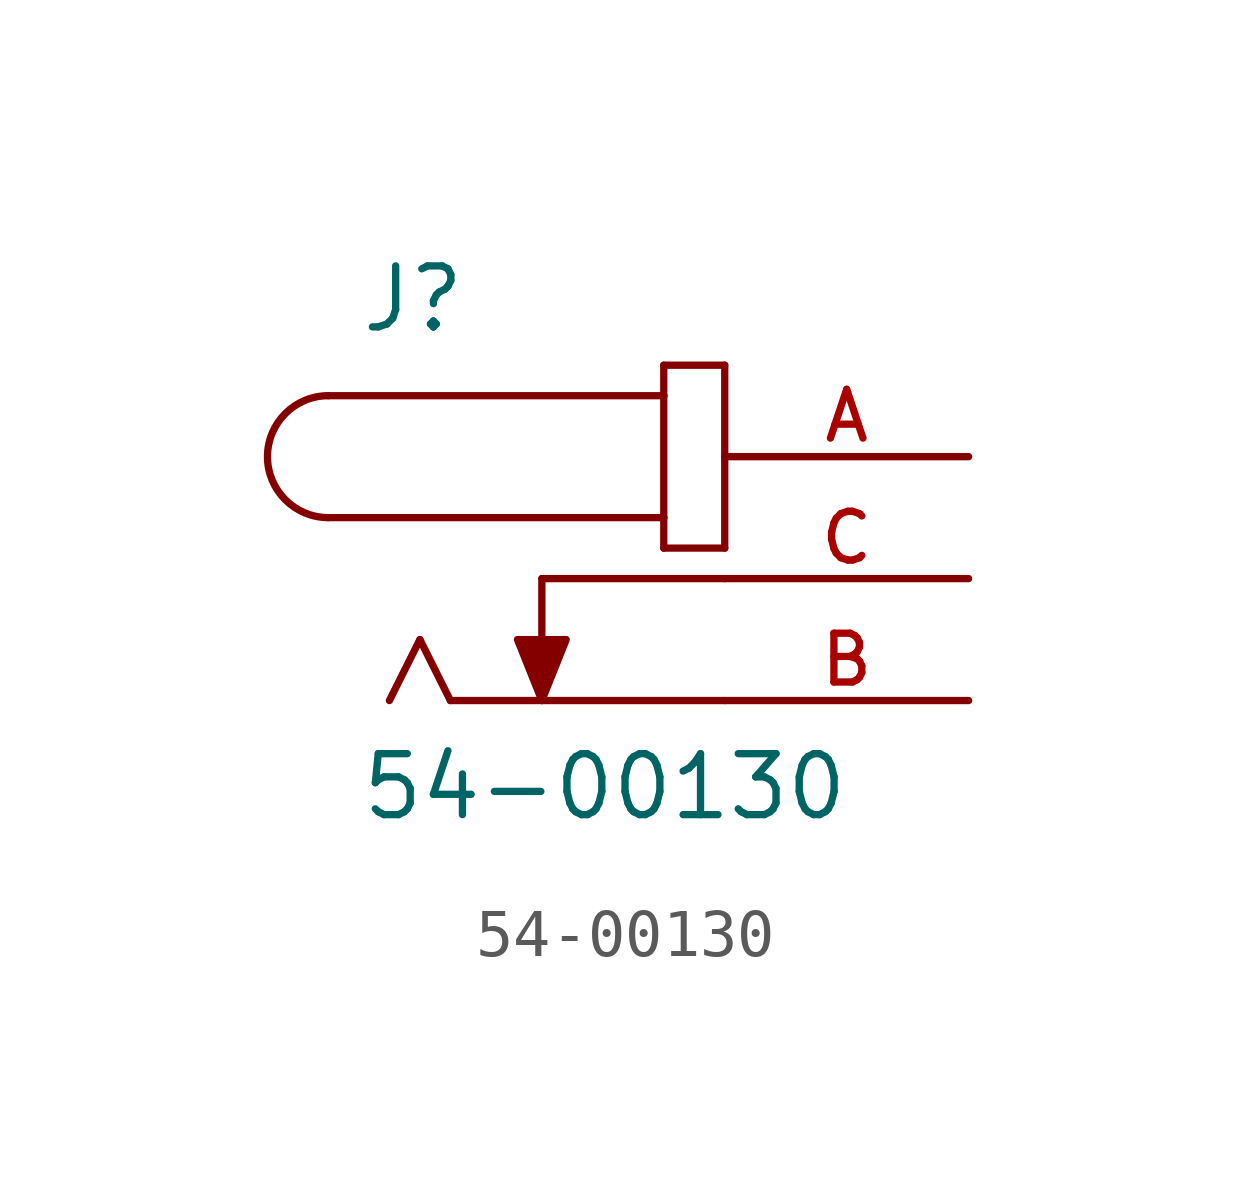
<source format=kicad_sym>
(kicad_symbol_lib
  (version 20211014)
  (generator kicad_symbol_editor)
  (symbol "54-00130"
    (pin_names
      (offset 1.016))
    (property "Reference" "J"
      (at -7.62 5.08 0)
      (effects (font (size 1.27 1.27)) (justify bottom left)))
    (property "Value" "54-00130"
      (at -7.62 -5.08 0)
      (effects (font (size 1.27 1.27)) (justify bottom left)))
    (symbol "54-00130_0_0"
      (arc (start -8.255 3.81) (mid -9.525 2.54) (end -8.255 1.27) (stroke (width 0.1524) (type default) (color 0 0 0 0)) (fill (type none)))
      (polyline (pts (xy -8.255 3.81) (xy -1.27 3.81)) (stroke (width 0.152)))
      (polyline (pts (xy -1.27 3.81) (xy -1.27 1.27)) (stroke (width 0.152)))
      (polyline (pts (xy -1.27 1.27) (xy -8.255 1.27)) (stroke (width 0.152)))
      (polyline (pts (xy -1.27 1.27) (xy -1.27 0.635)) (stroke (width 0.152)))
      (polyline (pts (xy -1.27 0.635) (xy 0.0 0.635)) (stroke (width 0.152)))
      (polyline (pts (xy 0.0 0.635) (xy 0.0 4.445)) (stroke (width 0.152)))
      (polyline (pts (xy 0.0 4.445) (xy -1.27 4.445)) (stroke (width 0.152)))
      (polyline (pts (xy -1.27 4.445) (xy -1.27 3.81)) (stroke (width 0.152)))
      (polyline (pts (xy -5.715 -2.54) (xy -6.35 -1.27)) (stroke (width 0.152)))
      (polyline (pts (xy -6.35 -1.27) (xy -6.985 -2.54)) (stroke (width 0.152)))
      (polyline (pts (xy -3.81 0.0) (xy -3.81 -2.54)) (stroke (width 0.152)))
      (polyline (pts (xy -3.81 -2.54) (xy -4.318 -1.27) (xy -3.302 -1.27) (xy -3.81 -2.54)) (stroke (width 0.152)) (fill (type outline)))
      (polyline (pts (xy 0.0 0.0) (xy -3.81 0.0)) (stroke (width 0.152)))
      (polyline (pts (xy 0.0 -2.54) (xy -5.715 -2.54)) (stroke (width 0.152)))
      (pin passive line (at 5.08 2.54 180.0) (length 5.08) (name "~" (effects (font (size 1.016 1.016)))) (number "A" (effects (font (size 1.016 1.016)))))
      (pin passive line (at 5.08 0.0 180.0) (length 5.08) (name "~" (effects (font (size 1.016 1.016)))) (number "C" (effects (font (size 1.016 1.016)))))
      (pin passive line (at 5.08 -2.54 180.0) (length 5.08) (name "~" (effects (font (size 1.016 1.016)))) (number "B" (effects (font (size 1.016 1.016))))))))
</source>
